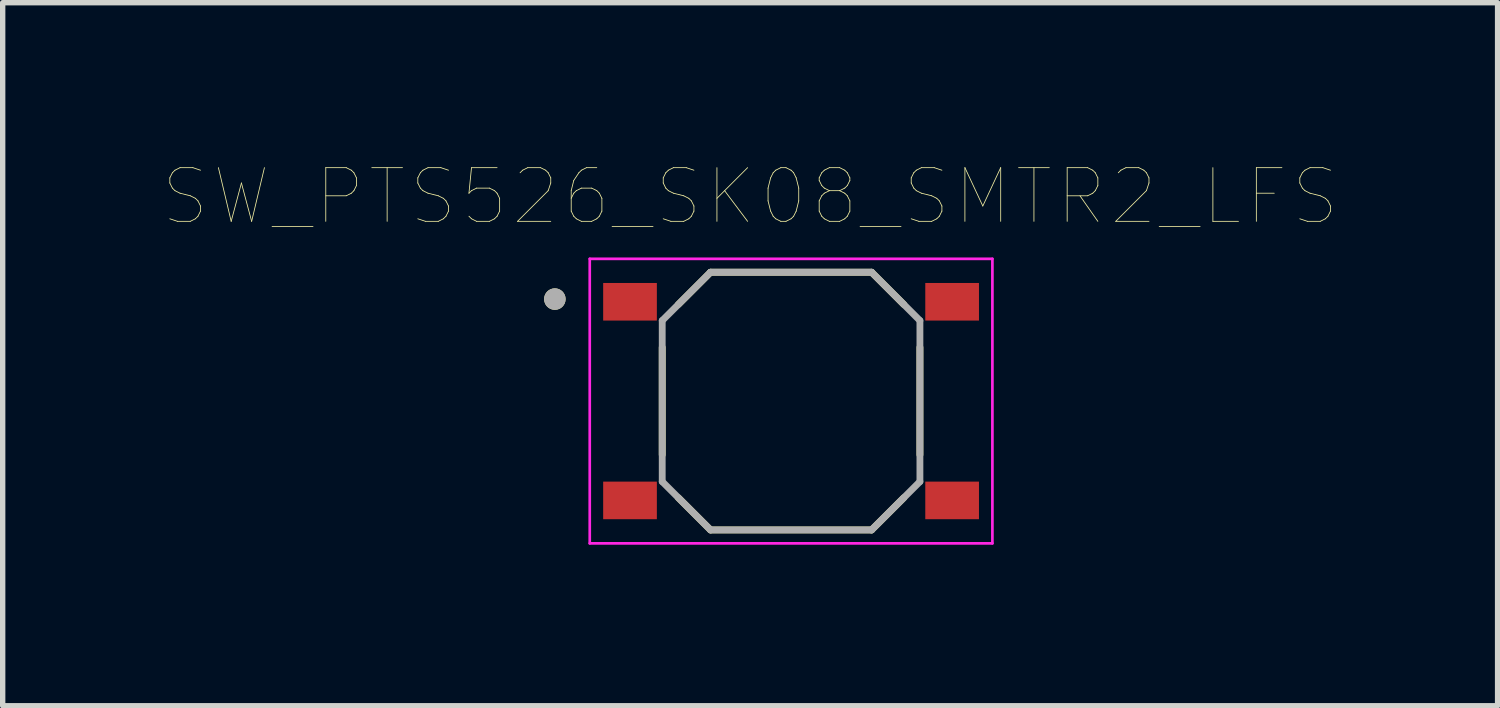
<source format=kicad_pcb>
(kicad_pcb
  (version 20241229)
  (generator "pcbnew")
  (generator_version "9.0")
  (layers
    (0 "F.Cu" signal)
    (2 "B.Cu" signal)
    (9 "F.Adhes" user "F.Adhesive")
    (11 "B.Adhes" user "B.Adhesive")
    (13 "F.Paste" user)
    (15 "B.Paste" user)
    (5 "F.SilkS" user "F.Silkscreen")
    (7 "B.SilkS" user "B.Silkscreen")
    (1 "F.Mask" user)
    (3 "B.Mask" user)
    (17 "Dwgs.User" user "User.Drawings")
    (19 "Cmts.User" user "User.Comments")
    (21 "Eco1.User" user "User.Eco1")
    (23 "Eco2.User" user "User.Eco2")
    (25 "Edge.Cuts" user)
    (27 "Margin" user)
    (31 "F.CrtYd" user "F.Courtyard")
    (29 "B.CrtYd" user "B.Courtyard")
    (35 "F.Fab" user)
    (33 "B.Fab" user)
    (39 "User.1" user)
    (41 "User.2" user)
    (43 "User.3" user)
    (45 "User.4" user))
  (footprint "SW_PTS526_SK08_SMTR2_LFS"
    (layer "F.Cu")
    (at 11.685 4.421)
    (property "Reference" "SW_PTS526_SK08_SMTR2_LFS" (at -0.762 -3.81 0) (layer "F.SilkS") (effects (font (size 1 1) (thickness 0.015))))
    (attr through_hole)
    (fp_line (start -2.4 -1) (end -2.4 1) (stroke (width 0.127) (type solid)) (layer "F.SilkS"))
    (fp_line (start -2.1 1.8) (end -1.5 2.4) (stroke (width 0.127) (type solid)) (layer "F.SilkS"))
    (fp_line (start -1.5 -2.4) (end -2.1 -1.8) (stroke (width 0.127) (type solid)) (layer "F.SilkS"))
    (fp_line (start -1.5 2.4) (end 1.5 2.4) (stroke (width 0.127) (type solid)) (layer "F.SilkS"))
    (fp_line (start 1.5 -2.4) (end -1.5 -2.4) (stroke (width 0.127) (type solid)) (layer "F.SilkS"))
    (fp_line (start 1.5 -2.4) (end 2.1 -1.8) (stroke (width 0.127) (type solid)) (layer "F.SilkS"))
    (fp_line (start 1.5 2.4) (end 2.1 1.8) (stroke (width 0.127) (type solid)) (layer "F.SilkS"))
    (fp_line (start 2.4 -1) (end 2.4 1) (stroke (width 0.127) (type solid)) (layer "F.SilkS"))
    (fp_circle (center -4.4 -1.9) (end -4.3 -1.9) (stroke (width 0.2) (type solid)) (fill no) (layer "F.SilkS"))
    (fp_line (start -3.75 -2.65) (end 3.75 -2.65) (stroke (width 0.05) (type solid)) (layer "F.CrtYd"))
    (fp_line (start -3.75 2.65) (end -3.75 -2.65) (stroke (width 0.05) (type solid)) (layer "F.CrtYd"))
    (fp_line (start 3.75 -2.65) (end 3.75 2.65) (stroke (width 0.05) (type solid)) (layer "F.CrtYd"))
    (fp_line (start 3.75 2.65) (end -3.75 2.65) (stroke (width 0.05) (type solid)) (layer "F.CrtYd"))
    (fp_line (start -2.4 -1.5) (end -2.4 1.5) (stroke (width 0.127) (type solid)) (layer "F.Fab"))
    (fp_line (start -1.5 -2.4) (end -2.4 -1.5) (stroke (width 0.127) (type solid)) (layer "F.Fab"))
    (fp_line (start -1.5 -2.4) (end 1.5 -2.4) (stroke (width 0.127) (type solid)) (layer "F.Fab"))
    (fp_line (start -1.5 2.4) (end -2.4 1.5) (stroke (width 0.127) (type solid)) (layer "F.Fab"))
    (fp_line (start -1.5 2.4) (end 1.5 2.4) (stroke (width 0.127) (type solid)) (layer "F.Fab"))
    (fp_line (start 1.5 -2.4) (end 2.4 -1.5) (stroke (width 0.127) (type solid)) (layer "F.Fab"))
    (fp_line (start 1.5 2.4) (end 2.4 1.5) (stroke (width 0.127) (type solid)) (layer "F.Fab"))
    (fp_line (start 2.4 -1.5) (end 2.4 1.5) (stroke (width 0.127) (type solid)) (layer "F.Fab"))
    (fp_circle (center -4.4 -1.9) (end -4.3 -1.9) (stroke (width 0.2) (type solid)) (fill no) (layer "F.Fab"))
    (pad "1" smd rect (at -3 -1.85) (size 1 0.7) (layers "F.Cu" "F.Mask" "F.Paste"))
    (pad "2" smd rect (at 3 -1.85) (size 1 0.7) (layers "F.Cu" "F.Mask" "F.Paste"))
    (pad "3" smd rect (at -3 1.85) (size 1 0.7) (layers "F.Cu" "F.Mask" "F.Paste"))
    (pad "4" smd rect (at 3 1.85) (size 1 0.7) (layers "F.Cu" "F.Mask" "F.Paste")))
  (gr_rect
    (start -3 -3)
    (end 24.845 10.096)
    (stroke (width 0.1) (type default))
    (fill no)
    (layer "Edge.Cuts")))
</source>
